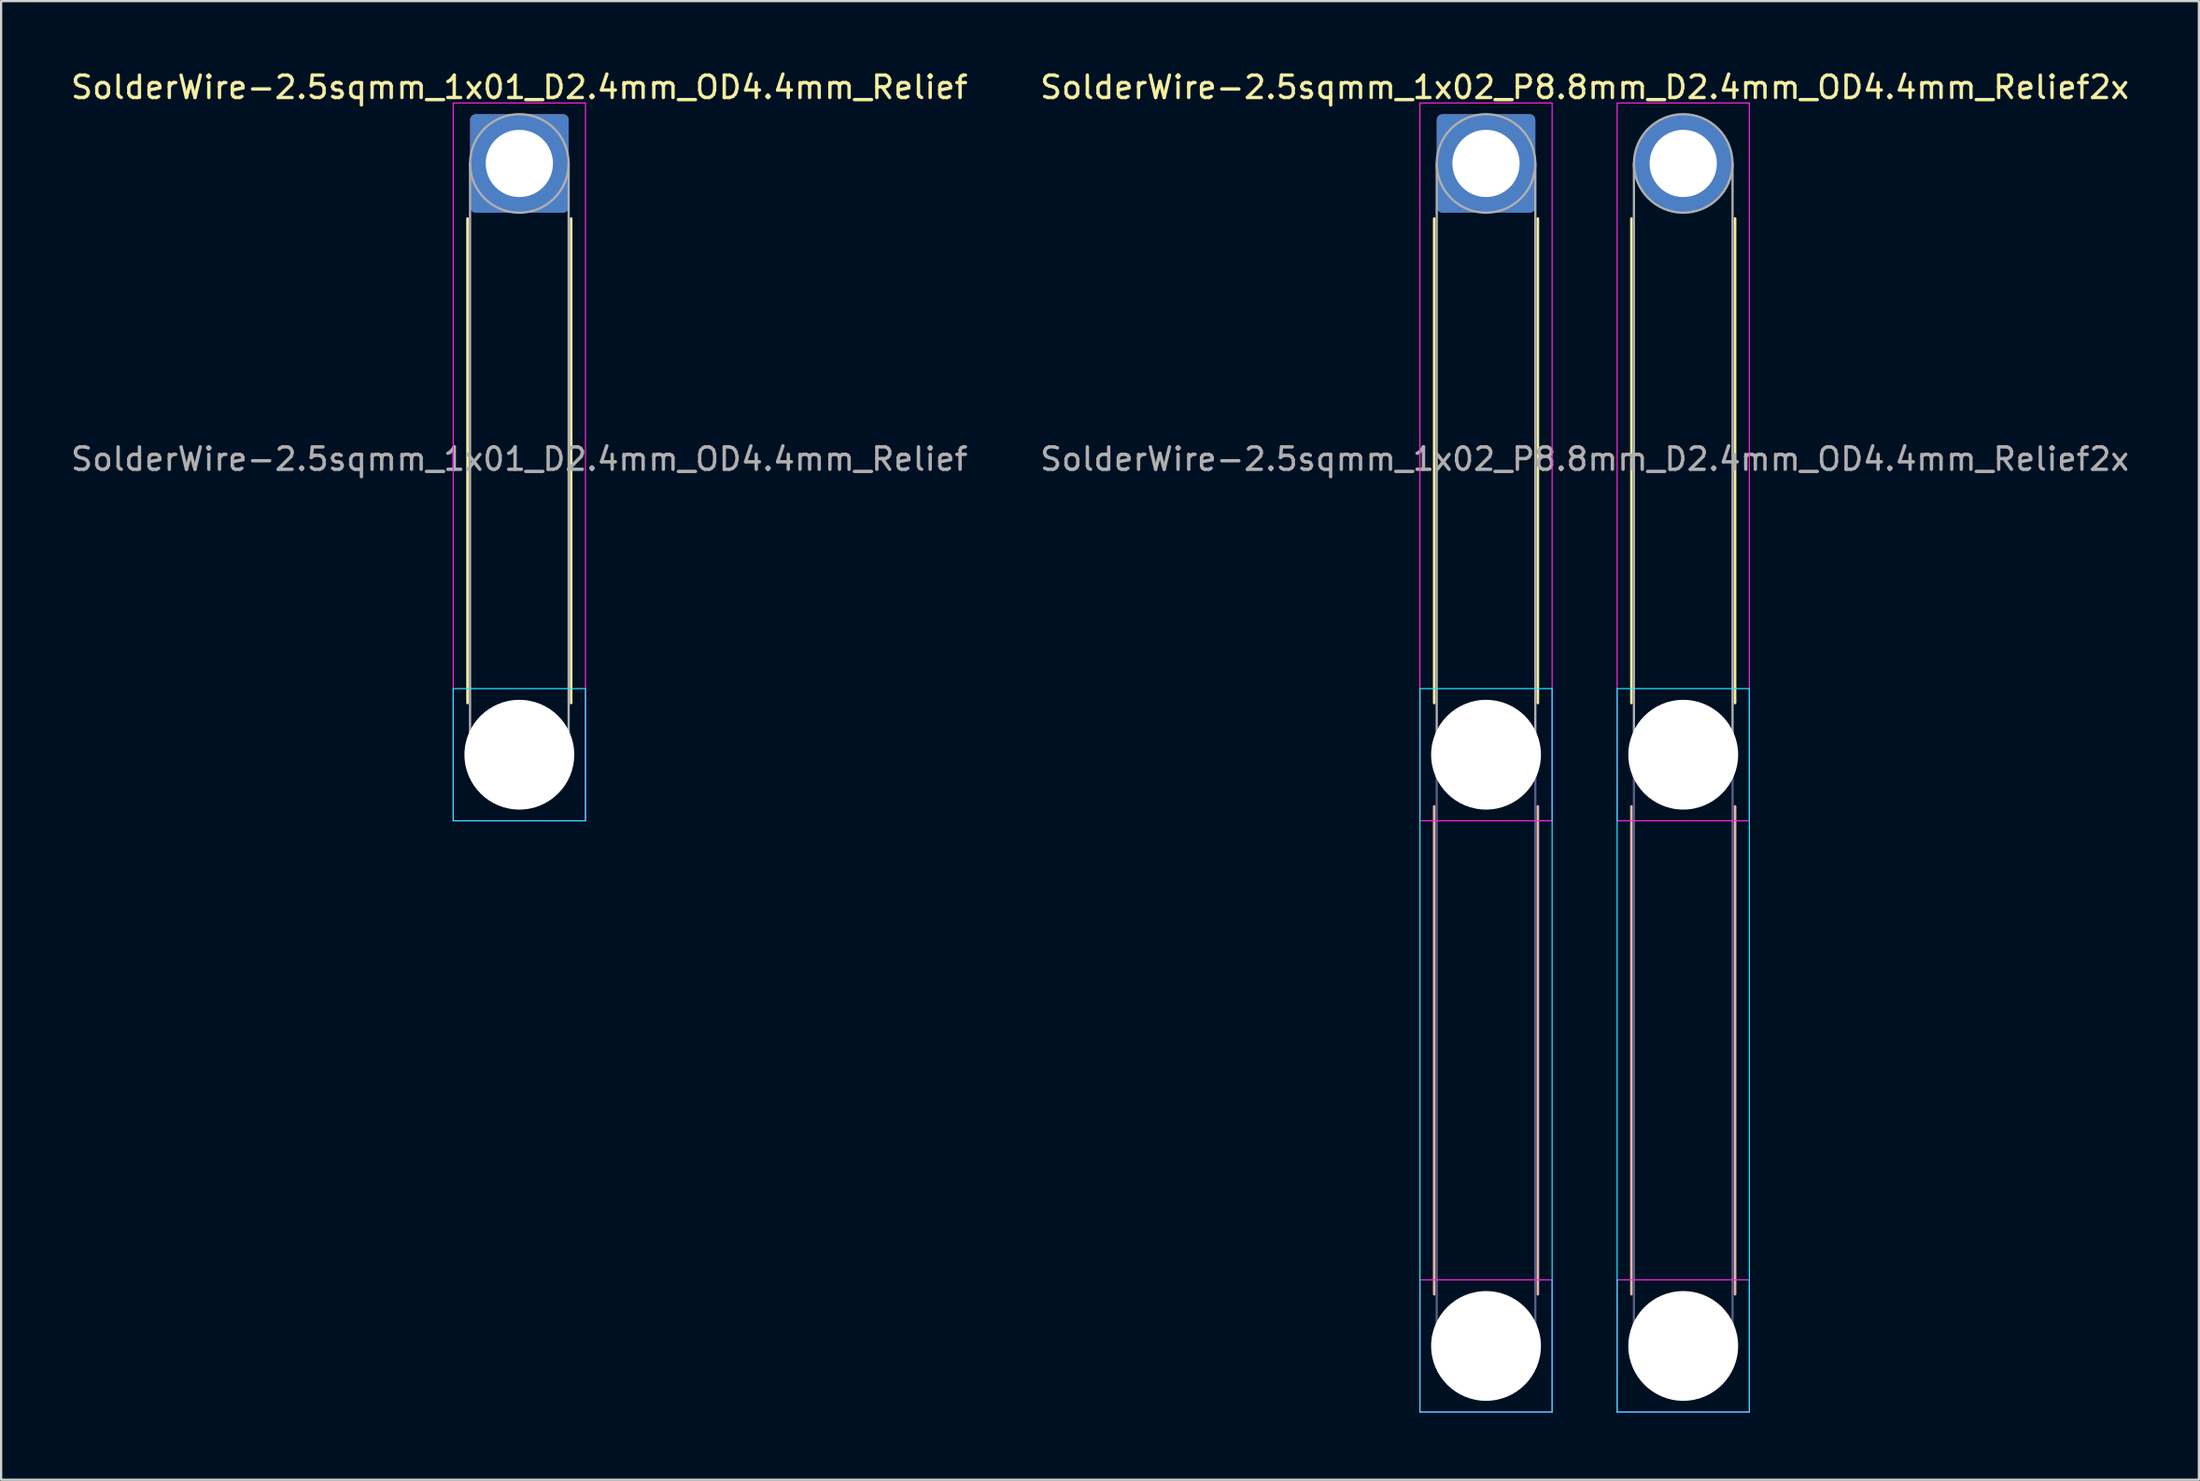
<source format=kicad_pcb>
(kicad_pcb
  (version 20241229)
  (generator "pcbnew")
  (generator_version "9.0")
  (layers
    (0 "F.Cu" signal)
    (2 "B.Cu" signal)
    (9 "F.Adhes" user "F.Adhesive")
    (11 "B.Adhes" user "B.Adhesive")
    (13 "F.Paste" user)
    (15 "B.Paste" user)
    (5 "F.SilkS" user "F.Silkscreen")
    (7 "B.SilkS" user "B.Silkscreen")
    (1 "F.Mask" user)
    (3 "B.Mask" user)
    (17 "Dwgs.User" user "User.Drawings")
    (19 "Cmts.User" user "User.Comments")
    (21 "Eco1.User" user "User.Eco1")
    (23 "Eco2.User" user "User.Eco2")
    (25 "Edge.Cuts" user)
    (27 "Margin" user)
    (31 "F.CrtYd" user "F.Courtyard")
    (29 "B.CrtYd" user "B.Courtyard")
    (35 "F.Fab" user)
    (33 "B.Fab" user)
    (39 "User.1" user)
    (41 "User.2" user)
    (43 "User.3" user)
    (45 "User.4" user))
  (footprint "SolderWire-2.5sqmm_1x02_P8.8mm_D2.4mm_OD4.4mm_Relief2x"
    (layer "F.Cu")
    (at 63.261 4.248)
    (property "Reference" "SolderWire-2.5sqmm_1x02_P8.8mm_D2.4mm_OD4.4mm_Relief2x" (at 4.4 -3.4 0) (layer "F.SilkS") (effects (font (size 1 1) (thickness 0.15))))
    (attr exclude_from_pos_files exclude_from_bom)
    (fp_line (start -2.31 2.46) (end -2.31 24.09) (stroke (width 0.12) (type solid)) (layer "F.SilkS"))
    (fp_line (start 2.31 2.46) (end 2.31 24.09) (stroke (width 0.12) (type solid)) (layer "F.SilkS"))
    (fp_line (start 6.49 2.46) (end 6.49 24.09) (stroke (width 0.12) (type solid)) (layer "F.SilkS"))
    (fp_line (start 11.11 2.46) (end 11.11 24.09) (stroke (width 0.12) (type solid)) (layer "F.SilkS"))
    (fp_line (start -2.31 28.71) (end -2.31 50.49) (stroke (width 0.12) (type solid)) (layer "B.SilkS"))
    (fp_line (start 2.31 28.71) (end 2.31 50.49) (stroke (width 0.12) (type solid)) (layer "B.SilkS"))
    (fp_line (start 6.49 28.71) (end 6.49 50.49) (stroke (width 0.12) (type solid)) (layer "B.SilkS"))
    (fp_line (start 11.11 28.71) (end 11.11 50.49) (stroke (width 0.12) (type solid)) (layer "B.SilkS"))
    (fp_line (start -2.95 23.45) (end -2.95 55.75) (stroke (width 0.05) (type solid)) (layer "B.CrtYd"))
    (fp_line (start -2.95 55.75) (end 2.95 55.75) (stroke (width 0.05) (type solid)) (layer "B.CrtYd"))
    (fp_line (start 2.95 23.45) (end -2.95 23.45) (stroke (width 0.05) (type solid)) (layer "B.CrtYd"))
    (fp_line (start 2.95 55.75) (end 2.95 23.45) (stroke (width 0.05) (type solid)) (layer "B.CrtYd"))
    (fp_line (start 5.85 23.45) (end 5.85 55.75) (stroke (width 0.05) (type solid)) (layer "B.CrtYd"))
    (fp_line (start 5.85 55.75) (end 11.75 55.75) (stroke (width 0.05) (type solid)) (layer "B.CrtYd"))
    (fp_line (start 11.75 23.45) (end 5.85 23.45) (stroke (width 0.05) (type solid)) (layer "B.CrtYd"))
    (fp_line (start 11.75 55.75) (end 11.75 23.45) (stroke (width 0.05) (type solid)) (layer "B.CrtYd"))
    (fp_line (start -2.95 -2.7) (end -2.95 29.35) (stroke (width 0.05) (type solid)) (layer "F.CrtYd"))
    (fp_line (start -2.95 29.35) (end 2.95 29.35) (stroke (width 0.05) (type solid)) (layer "F.CrtYd"))
    (fp_line (start -2.95 49.85) (end -2.95 55.75) (stroke (width 0.05) (type solid)) (layer "F.CrtYd"))
    (fp_line (start -2.95 55.75) (end 2.95 55.75) (stroke (width 0.05) (type solid)) (layer "F.CrtYd"))
    (fp_line (start 2.95 -2.7) (end -2.95 -2.7) (stroke (width 0.05) (type solid)) (layer "F.CrtYd"))
    (fp_line (start 2.95 29.35) (end 2.95 -2.7) (stroke (width 0.05) (type solid)) (layer "F.CrtYd"))
    (fp_line (start 2.95 49.85) (end -2.95 49.85) (stroke (width 0.05) (type solid)) (layer "F.CrtYd"))
    (fp_line (start 2.95 55.75) (end 2.95 49.85) (stroke (width 0.05) (type solid)) (layer "F.CrtYd"))
    (fp_line (start 5.85 -2.7) (end 5.85 29.35) (stroke (width 0.05) (type solid)) (layer "F.CrtYd"))
    (fp_line (start 5.85 29.35) (end 11.75 29.35) (stroke (width 0.05) (type solid)) (layer "F.CrtYd"))
    (fp_line (start 5.85 49.85) (end 5.85 55.75) (stroke (width 0.05) (type solid)) (layer "F.CrtYd"))
    (fp_line (start 5.85 55.75) (end 11.75 55.75) (stroke (width 0.05) (type solid)) (layer "F.CrtYd"))
    (fp_line (start 11.75 -2.7) (end 5.85 -2.7) (stroke (width 0.05) (type solid)) (layer "F.CrtYd"))
    (fp_line (start 11.75 29.35) (end 11.75 -2.7) (stroke (width 0.05) (type solid)) (layer "F.CrtYd"))
    (fp_line (start 11.75 49.85) (end 5.85 49.85) (stroke (width 0.05) (type solid)) (layer "F.CrtYd"))
    (fp_line (start 11.75 55.75) (end 11.75 49.85) (stroke (width 0.05) (type solid)) (layer "F.CrtYd"))
    (fp_line (start -2.2 26.4) (end -2.2 52.8) (stroke (width 0.1) (type solid)) (layer "B.Fab"))
    (fp_line (start 2.2 26.4) (end 2.2 52.8) (stroke (width 0.1) (type solid)) (layer "B.Fab"))
    (fp_line (start 6.6 26.4) (end 6.6 52.8) (stroke (width 0.1) (type solid)) (layer "B.Fab"))
    (fp_line (start 11 26.4) (end 11 52.8) (stroke (width 0.1) (type solid)) (layer "B.Fab"))
    (fp_circle (center 0 26.4) (end 2.2 26.4) (stroke (width 0.1) (type solid)) (fill no) (layer "B.Fab"))
    (fp_circle (center 0 52.8) (end 2.2 52.8) (stroke (width 0.1) (type solid)) (fill no) (layer "B.Fab"))
    (fp_circle (center 8.8 26.4) (end 11 26.4) (stroke (width 0.1) (type solid)) (fill no) (layer "B.Fab"))
    (fp_circle (center 8.8 52.8) (end 11 52.8) (stroke (width 0.1) (type solid)) (fill no) (layer "B.Fab"))
    (fp_line (start -2.2 0) (end -2.2 26.4) (stroke (width 0.1) (type solid)) (layer "F.Fab"))
    (fp_line (start 2.2 0) (end 2.2 26.4) (stroke (width 0.1) (type solid)) (layer "F.Fab"))
    (fp_line (start 6.6 0) (end 6.6 26.4) (stroke (width 0.1) (type solid)) (layer "F.Fab"))
    (fp_line (start 11 0) (end 11 26.4) (stroke (width 0.1) (type solid)) (layer "F.Fab"))
    (fp_circle (center 0 0) (end 2.2 0) (stroke (width 0.1) (type solid)) (fill no) (layer "F.Fab"))
    (fp_circle (center 0 26.4) (end 2.2 26.4) (stroke (width 0.1) (type solid)) (fill no) (layer "F.Fab"))
    (fp_circle (center 0 52.8) (end 2.2 52.8) (stroke (width 0.1) (type solid)) (fill no) (layer "F.Fab"))
    (fp_circle (center 8.8 0) (end 11 0) (stroke (width 0.1) (type solid)) (fill no) (layer "F.Fab"))
    (fp_circle (center 8.8 26.4) (end 11 26.4) (stroke (width 0.1) (type solid)) (fill no) (layer "F.Fab"))
    (fp_circle (center 8.8 52.8) (end 11 52.8) (stroke (width 0.1) (type solid)) (fill no) (layer "F.Fab"))
    (fp_text user "${REFERENCE}" (at 4.4 13.2 0) (layer "F.Fab") (effects (font (size 1 1) (thickness 0.15))))
    (pad "" np_thru_hole circle (at 0 26.4) (size 4.9 4.9) (drill 4.9) (layers "*.Cu" "*.Mask"))
    (pad "" np_thru_hole circle (at 0 52.8) (size 4.9 4.9) (drill 4.9) (layers "*.Cu" "*.Mask"))
    (pad "" np_thru_hole circle (at 8.8 26.4) (size 4.9 4.9) (drill 4.9) (layers "*.Cu" "*.Mask"))
    (pad "" np_thru_hole circle (at 8.8 52.8) (size 4.9 4.9) (drill 4.9) (layers "*.Cu" "*.Mask"))
    (pad "1" thru_hole roundrect (at 0 0) (size 4.4 4.4) (drill 3) (layers "*.Cu" "*.Mask") (roundrect_rratio 0.057))
    (pad "2" thru_hole circle (at 8.8 0) (size 4.4 4.4) (drill 3) (layers "*.Cu" "*.Mask")))
  (footprint "SolderWire-2.5sqmm_1x01_D2.4mm_OD4.4mm_Relief"
    (layer "F.Cu")
    (at 20.125 4.248)
    (property "Reference" "SolderWire-2.5sqmm_1x01_D2.4mm_OD4.4mm_Relief" (at 0 -3.4 0) (layer "F.SilkS") (effects (font (size 1 1) (thickness 0.15))))
    (attr exclude_from_pos_files exclude_from_bom)
    (fp_line (start -2.31 2.46) (end -2.31 24.09) (stroke (width 0.12) (type solid)) (layer "F.SilkS"))
    (fp_line (start 2.31 2.46) (end 2.31 24.09) (stroke (width 0.12) (type solid)) (layer "F.SilkS"))
    (fp_line (start -2.95 23.45) (end -2.95 29.35) (stroke (width 0.05) (type solid)) (layer "B.CrtYd"))
    (fp_line (start -2.95 29.35) (end 2.95 29.35) (stroke (width 0.05) (type solid)) (layer "B.CrtYd"))
    (fp_line (start 2.95 23.45) (end -2.95 23.45) (stroke (width 0.05) (type solid)) (layer "B.CrtYd"))
    (fp_line (start 2.95 29.35) (end 2.95 23.45) (stroke (width 0.05) (type solid)) (layer "B.CrtYd"))
    (fp_line (start -2.95 -2.7) (end -2.95 29.35) (stroke (width 0.05) (type solid)) (layer "F.CrtYd"))
    (fp_line (start -2.95 29.35) (end 2.95 29.35) (stroke (width 0.05) (type solid)) (layer "F.CrtYd"))
    (fp_line (start 2.95 -2.7) (end -2.95 -2.7) (stroke (width 0.05) (type solid)) (layer "F.CrtYd"))
    (fp_line (start 2.95 29.35) (end 2.95 -2.7) (stroke (width 0.05) (type solid)) (layer "F.CrtYd"))
    (fp_line (start -2.2 0) (end -2.2 26.4) (stroke (width 0.1) (type solid)) (layer "F.Fab"))
    (fp_line (start 2.2 0) (end 2.2 26.4) (stroke (width 0.1) (type solid)) (layer "F.Fab"))
    (fp_circle (center 0 0) (end 2.2 0) (stroke (width 0.1) (type solid)) (fill no) (layer "F.Fab"))
    (fp_circle (center 0 26.4) (end 2.2 26.4) (stroke (width 0.1) (type solid)) (fill no) (layer "F.Fab"))
    (fp_text user "${REFERENCE}" (at 0 13.2 0) (layer "F.Fab") (effects (font (size 1 1) (thickness 0.15))))
    (pad "" np_thru_hole circle (at 0 26.4) (size 4.9 4.9) (drill 4.9) (layers "*.Cu" "*.Mask"))
    (pad "1" thru_hole roundrect (at 0 0) (size 4.4 4.4) (drill 3) (layers "*.Cu" "*.Mask") (roundrect_rratio 0.057)))
  (gr_rect
    (start -3 -3)
    (end 95.071 63.023)
    (stroke (width 0.1) (type default))
    (fill no)
    (layer "Edge.Cuts")))
</source>
